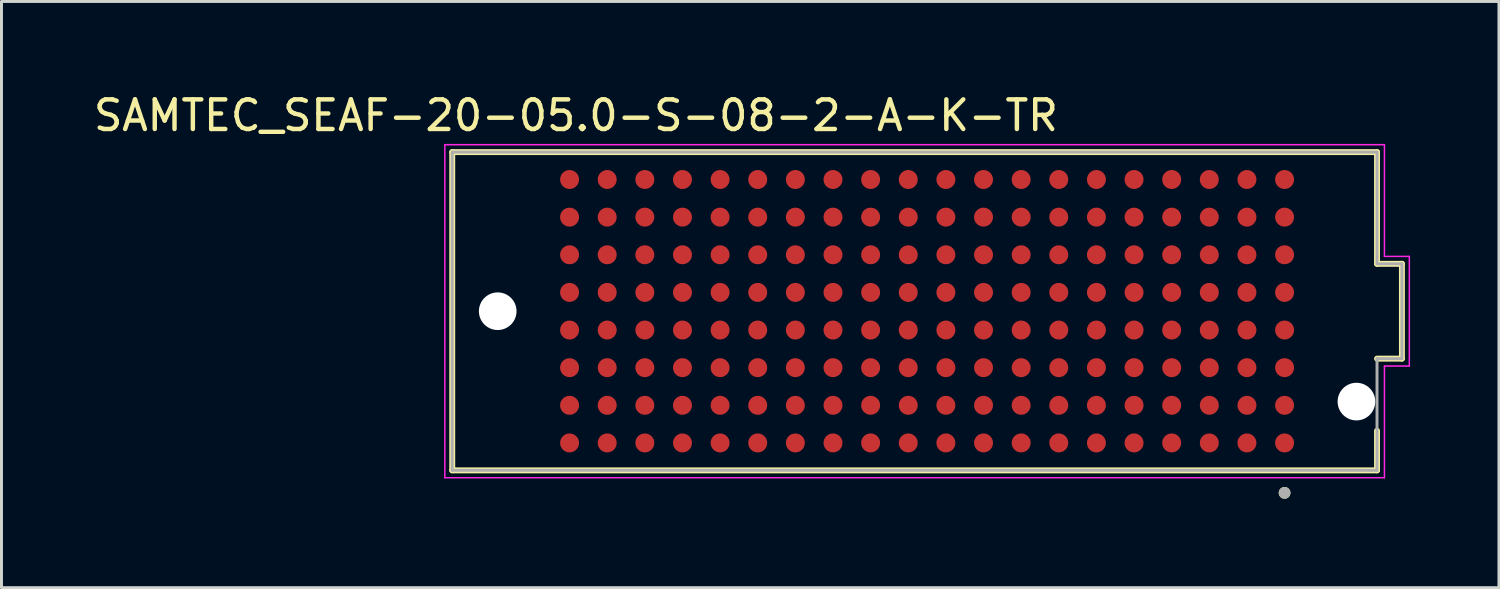
<source format=kicad_pcb>
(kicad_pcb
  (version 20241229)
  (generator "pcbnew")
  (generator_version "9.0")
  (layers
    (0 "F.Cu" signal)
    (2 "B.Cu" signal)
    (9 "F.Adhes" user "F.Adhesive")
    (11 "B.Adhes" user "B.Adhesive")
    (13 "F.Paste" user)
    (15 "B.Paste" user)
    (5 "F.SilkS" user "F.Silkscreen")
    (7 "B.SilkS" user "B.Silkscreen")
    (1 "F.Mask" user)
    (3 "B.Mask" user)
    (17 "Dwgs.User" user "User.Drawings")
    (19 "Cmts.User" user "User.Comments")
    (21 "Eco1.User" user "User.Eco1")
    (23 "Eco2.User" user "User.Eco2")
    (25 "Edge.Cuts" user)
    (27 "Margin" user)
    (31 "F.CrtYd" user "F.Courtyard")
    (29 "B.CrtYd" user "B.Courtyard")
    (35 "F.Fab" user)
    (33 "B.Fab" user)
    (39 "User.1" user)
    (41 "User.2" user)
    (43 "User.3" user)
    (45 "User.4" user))
  (footprint "SAMTEC_SEAF-20-05.0-S-08-2-A-K-TR"
    (layer "F.Cu")
    (at 28.237 7.453)
    (property "Reference" "SAMTEC_SEAF-20-05.0-S-08-2-A-K-TR" (at -11.85 -6.605 0) (layer "F.SilkS") (effects (font (size 1 1) (thickness 0.15))))
    (attr smd)
    (fp_line (start -16.025 -5.37) (end 15.185 -5.37) (stroke (width 0.2) (type solid)) (layer "F.SilkS"))
    (fp_line (start -16.025 5.37) (end -16.025 -5.37) (stroke (width 0.2) (type solid)) (layer "F.SilkS"))
    (fp_line (start 15.185 -5.37) (end 15.185 -1.6) (stroke (width 0.2) (type solid)) (layer "F.SilkS"))
    (fp_line (start 15.185 -1.6) (end 16.025 -1.6) (stroke (width 0.2) (type solid)) (layer "F.SilkS"))
    (fp_line (start 15.185 1.6) (end 16.025 1.6) (stroke (width 0.2) (type solid)) (layer "F.SilkS"))
    (fp_line (start 15.185 4.035) (end 15.185 5.37) (stroke (width 0.2) (type solid)) (layer "F.SilkS"))
    (fp_line (start 15.185 5.37) (end -16.025 5.37) (stroke (width 0.2) (type solid)) (layer "F.SilkS"))
    (fp_line (start 16.025 1.6) (end 16.025 -1.6) (stroke (width 0.2) (type solid)) (layer "F.SilkS"))
    (fp_circle (center 12.065 6.13) (end 12.165 6.13) (stroke (width 0.2) (type solid)) (fill no) (layer "F.SilkS"))
    (fp_circle (center -12.065 -4.445) (end -11.842 -4.445) (stroke (width 0.445) (type solid)) (fill no) (layer "F.Paste"))
    (fp_circle (center -12.065 -3.175) (end -11.842 -3.175) (stroke (width 0.445) (type solid)) (fill no) (layer "F.Paste"))
    (fp_circle (center -12.065 -1.905) (end -11.842 -1.905) (stroke (width 0.445) (type solid)) (fill no) (layer "F.Paste"))
    (fp_circle (center -12.065 -0.635) (end -11.842 -0.635) (stroke (width 0.445) (type solid)) (fill no) (layer "F.Paste"))
    (fp_circle (center -12.065 0.635) (end -11.842 0.635) (stroke (width 0.445) (type solid)) (fill no) (layer "F.Paste"))
    (fp_circle (center -12.065 1.905) (end -11.842 1.905) (stroke (width 0.445) (type solid)) (fill no) (layer "F.Paste"))
    (fp_circle (center -12.065 3.175) (end -11.842 3.175) (stroke (width 0.445) (type solid)) (fill no) (layer "F.Paste"))
    (fp_circle (center -12.065 4.445) (end -11.842 4.445) (stroke (width 0.445) (type solid)) (fill no) (layer "F.Paste"))
    (fp_circle (center -10.795 -4.445) (end -10.572 -4.445) (stroke (width 0.445) (type solid)) (fill no) (layer "F.Paste"))
    (fp_circle (center -10.795 -3.175) (end -10.572 -3.175) (stroke (width 0.445) (type solid)) (fill no) (layer "F.Paste"))
    (fp_circle (center -10.795 -1.905) (end -10.572 -1.905) (stroke (width 0.445) (type solid)) (fill no) (layer "F.Paste"))
    (fp_circle (center -10.795 -0.635) (end -10.572 -0.635) (stroke (width 0.445) (type solid)) (fill no) (layer "F.Paste"))
    (fp_circle (center -10.795 0.635) (end -10.572 0.635) (stroke (width 0.445) (type solid)) (fill no) (layer "F.Paste"))
    (fp_circle (center -10.795 1.905) (end -10.572 1.905) (stroke (width 0.445) (type solid)) (fill no) (layer "F.Paste"))
    (fp_circle (center -10.795 3.175) (end -10.572 3.175) (stroke (width 0.445) (type solid)) (fill no) (layer "F.Paste"))
    (fp_circle (center -10.795 4.445) (end -10.572 4.445) (stroke (width 0.445) (type solid)) (fill no) (layer "F.Paste"))
    (fp_circle (center -9.525 -4.445) (end -9.303 -4.445) (stroke (width 0.445) (type solid)) (fill no) (layer "F.Paste"))
    (fp_circle (center -9.525 -3.175) (end -9.303 -3.175) (stroke (width 0.445) (type solid)) (fill no) (layer "F.Paste"))
    (fp_circle (center -9.525 -1.905) (end -9.303 -1.905) (stroke (width 0.445) (type solid)) (fill no) (layer "F.Paste"))
    (fp_circle (center -9.525 -0.635) (end -9.303 -0.635) (stroke (width 0.445) (type solid)) (fill no) (layer "F.Paste"))
    (fp_circle (center -9.525 0.635) (end -9.303 0.635) (stroke (width 0.445) (type solid)) (fill no) (layer "F.Paste"))
    (fp_circle (center -9.525 1.905) (end -9.303 1.905) (stroke (width 0.445) (type solid)) (fill no) (layer "F.Paste"))
    (fp_circle (center -9.525 3.175) (end -9.303 3.175) (stroke (width 0.445) (type solid)) (fill no) (layer "F.Paste"))
    (fp_circle (center -9.525 4.445) (end -9.303 4.445) (stroke (width 0.445) (type solid)) (fill no) (layer "F.Paste"))
    (fp_circle (center -8.255 -4.445) (end -8.033 -4.445) (stroke (width 0.445) (type solid)) (fill no) (layer "F.Paste"))
    (fp_circle (center -8.255 -3.175) (end -8.033 -3.175) (stroke (width 0.445) (type solid)) (fill no) (layer "F.Paste"))
    (fp_circle (center -8.255 -1.905) (end -8.033 -1.905) (stroke (width 0.445) (type solid)) (fill no) (layer "F.Paste"))
    (fp_circle (center -8.255 -0.635) (end -8.033 -0.635) (stroke (width 0.445) (type solid)) (fill no) (layer "F.Paste"))
    (fp_circle (center -8.255 0.635) (end -8.033 0.635) (stroke (width 0.445) (type solid)) (fill no) (layer "F.Paste"))
    (fp_circle (center -8.255 1.905) (end -8.033 1.905) (stroke (width 0.445) (type solid)) (fill no) (layer "F.Paste"))
    (fp_circle (center -8.255 3.175) (end -8.033 3.175) (stroke (width 0.445) (type solid)) (fill no) (layer "F.Paste"))
    (fp_circle (center -8.255 4.445) (end -8.033 4.445) (stroke (width 0.445) (type solid)) (fill no) (layer "F.Paste"))
    (fp_circle (center -6.985 -4.445) (end -6.763 -4.445) (stroke (width 0.445) (type solid)) (fill no) (layer "F.Paste"))
    (fp_circle (center -6.985 -3.175) (end -6.763 -3.175) (stroke (width 0.445) (type solid)) (fill no) (layer "F.Paste"))
    (fp_circle (center -6.985 -1.905) (end -6.763 -1.905) (stroke (width 0.445) (type solid)) (fill no) (layer "F.Paste"))
    (fp_circle (center -6.985 -0.635) (end -6.763 -0.635) (stroke (width 0.445) (type solid)) (fill no) (layer "F.Paste"))
    (fp_circle (center -6.985 0.635) (end -6.763 0.635) (stroke (width 0.445) (type solid)) (fill no) (layer "F.Paste"))
    (fp_circle (center -6.985 1.905) (end -6.763 1.905) (stroke (width 0.445) (type solid)) (fill no) (layer "F.Paste"))
    (fp_circle (center -6.985 3.175) (end -6.763 3.175) (stroke (width 0.445) (type solid)) (fill no) (layer "F.Paste"))
    (fp_circle (center -6.985 4.445) (end -6.763 4.445) (stroke (width 0.445) (type solid)) (fill no) (layer "F.Paste"))
    (fp_circle (center -5.715 -4.445) (end -5.492 -4.445) (stroke (width 0.445) (type solid)) (fill no) (layer "F.Paste"))
    (fp_circle (center -5.715 -3.175) (end -5.492 -3.175) (stroke (width 0.445) (type solid)) (fill no) (layer "F.Paste"))
    (fp_circle (center -5.715 -1.905) (end -5.492 -1.905) (stroke (width 0.445) (type solid)) (fill no) (layer "F.Paste"))
    (fp_circle (center -5.715 -0.635) (end -5.492 -0.635) (stroke (width 0.445) (type solid)) (fill no) (layer "F.Paste"))
    (fp_circle (center -5.715 0.635) (end -5.492 0.635) (stroke (width 0.445) (type solid)) (fill no) (layer "F.Paste"))
    (fp_circle (center -5.715 1.905) (end -5.492 1.905) (stroke (width 0.445) (type solid)) (fill no) (layer "F.Paste"))
    (fp_circle (center -5.715 3.175) (end -5.492 3.175) (stroke (width 0.445) (type solid)) (fill no) (layer "F.Paste"))
    (fp_circle (center -5.715 4.445) (end -5.492 4.445) (stroke (width 0.445) (type solid)) (fill no) (layer "F.Paste"))
    (fp_circle (center -4.445 -4.445) (end -4.223 -4.445) (stroke (width 0.445) (type solid)) (fill no) (layer "F.Paste"))
    (fp_circle (center -4.445 -3.175) (end -4.223 -3.175) (stroke (width 0.445) (type solid)) (fill no) (layer "F.Paste"))
    (fp_circle (center -4.445 -1.905) (end -4.223 -1.905) (stroke (width 0.445) (type solid)) (fill no) (layer "F.Paste"))
    (fp_circle (center -4.445 -0.635) (end -4.223 -0.635) (stroke (width 0.445) (type solid)) (fill no) (layer "F.Paste"))
    (fp_circle (center -4.445 0.635) (end -4.223 0.635) (stroke (width 0.445) (type solid)) (fill no) (layer "F.Paste"))
    (fp_circle (center -4.445 1.905) (end -4.223 1.905) (stroke (width 0.445) (type solid)) (fill no) (layer "F.Paste"))
    (fp_circle (center -4.445 3.175) (end -4.223 3.175) (stroke (width 0.445) (type solid)) (fill no) (layer "F.Paste"))
    (fp_circle (center -4.445 4.445) (end -4.223 4.445) (stroke (width 0.445) (type solid)) (fill no) (layer "F.Paste"))
    (fp_circle (center -3.175 -4.445) (end -2.953 -4.445) (stroke (width 0.445) (type solid)) (fill no) (layer "F.Paste"))
    (fp_circle (center -3.175 -3.175) (end -2.953 -3.175) (stroke (width 0.445) (type solid)) (fill no) (layer "F.Paste"))
    (fp_circle (center -3.175 -1.905) (end -2.953 -1.905) (stroke (width 0.445) (type solid)) (fill no) (layer "F.Paste"))
    (fp_circle (center -3.175 -0.635) (end -2.953 -0.635) (stroke (width 0.445) (type solid)) (fill no) (layer "F.Paste"))
    (fp_circle (center -3.175 0.635) (end -2.953 0.635) (stroke (width 0.445) (type solid)) (fill no) (layer "F.Paste"))
    (fp_circle (center -3.175 1.905) (end -2.953 1.905) (stroke (width 0.445) (type solid)) (fill no) (layer "F.Paste"))
    (fp_circle (center -3.175 3.175) (end -2.953 3.175) (stroke (width 0.445) (type solid)) (fill no) (layer "F.Paste"))
    (fp_circle (center -3.175 4.445) (end -2.953 4.445) (stroke (width 0.445) (type solid)) (fill no) (layer "F.Paste"))
    (fp_circle (center -1.905 -4.445) (end -1.683 -4.445) (stroke (width 0.445) (type solid)) (fill no) (layer "F.Paste"))
    (fp_circle (center -1.905 -3.175) (end -1.683 -3.175) (stroke (width 0.445) (type solid)) (fill no) (layer "F.Paste"))
    (fp_circle (center -1.905 -1.905) (end -1.683 -1.905) (stroke (width 0.445) (type solid)) (fill no) (layer "F.Paste"))
    (fp_circle (center -1.905 -0.635) (end -1.683 -0.635) (stroke (width 0.445) (type solid)) (fill no) (layer "F.Paste"))
    (fp_circle (center -1.905 0.635) (end -1.683 0.635) (stroke (width 0.445) (type solid)) (fill no) (layer "F.Paste"))
    (fp_circle (center -1.905 1.905) (end -1.683 1.905) (stroke (width 0.445) (type solid)) (fill no) (layer "F.Paste"))
    (fp_circle (center -1.905 3.175) (end -1.683 3.175) (stroke (width 0.445) (type solid)) (fill no) (layer "F.Paste"))
    (fp_circle (center -1.905 4.445) (end -1.683 4.445) (stroke (width 0.445) (type solid)) (fill no) (layer "F.Paste"))
    (fp_circle (center -0.635 -4.445) (end -0.412 -4.445) (stroke (width 0.445) (type solid)) (fill no) (layer "F.Paste"))
    (fp_circle (center -0.635 -3.175) (end -0.412 -3.175) (stroke (width 0.445) (type solid)) (fill no) (layer "F.Paste"))
    (fp_circle (center -0.635 -1.905) (end -0.412 -1.905) (stroke (width 0.445) (type solid)) (fill no) (layer "F.Paste"))
    (fp_circle (center -0.635 -0.635) (end -0.412 -0.635) (stroke (width 0.445) (type solid)) (fill no) (layer "F.Paste"))
    (fp_circle (center -0.635 0.635) (end -0.412 0.635) (stroke (width 0.445) (type solid)) (fill no) (layer "F.Paste"))
    (fp_circle (center -0.635 1.905) (end -0.412 1.905) (stroke (width 0.445) (type solid)) (fill no) (layer "F.Paste"))
    (fp_circle (center -0.635 3.175) (end -0.412 3.175) (stroke (width 0.445) (type solid)) (fill no) (layer "F.Paste"))
    (fp_circle (center -0.635 4.445) (end -0.412 4.445) (stroke (width 0.445) (type solid)) (fill no) (layer "F.Paste"))
    (fp_circle (center 0.635 -4.445) (end 0.858 -4.445) (stroke (width 0.445) (type solid)) (fill no) (layer "F.Paste"))
    (fp_circle (center 0.635 -3.175) (end 0.858 -3.175) (stroke (width 0.445) (type solid)) (fill no) (layer "F.Paste"))
    (fp_circle (center 0.635 -1.905) (end 0.858 -1.905) (stroke (width 0.445) (type solid)) (fill no) (layer "F.Paste"))
    (fp_circle (center 0.635 -0.635) (end 0.858 -0.635) (stroke (width 0.445) (type solid)) (fill no) (layer "F.Paste"))
    (fp_circle (center 0.635 0.635) (end 0.858 0.635) (stroke (width 0.445) (type solid)) (fill no) (layer "F.Paste"))
    (fp_circle (center 0.635 1.905) (end 0.858 1.905) (stroke (width 0.445) (type solid)) (fill no) (layer "F.Paste"))
    (fp_circle (center 0.635 3.175) (end 0.858 3.175) (stroke (width 0.445) (type solid)) (fill no) (layer "F.Paste"))
    (fp_circle (center 0.635 4.445) (end 0.858 4.445) (stroke (width 0.445) (type solid)) (fill no) (layer "F.Paste"))
    (fp_circle (center 1.905 -4.445) (end 2.127 -4.445) (stroke (width 0.445) (type solid)) (fill no) (layer "F.Paste"))
    (fp_circle (center 1.905 -3.175) (end 2.127 -3.175) (stroke (width 0.445) (type solid)) (fill no) (layer "F.Paste"))
    (fp_circle (center 1.905 -1.905) (end 2.127 -1.905) (stroke (width 0.445) (type solid)) (fill no) (layer "F.Paste"))
    (fp_circle (center 1.905 -0.635) (end 2.127 -0.635) (stroke (width 0.445) (type solid)) (fill no) (layer "F.Paste"))
    (fp_circle (center 1.905 0.635) (end 2.127 0.635) (stroke (width 0.445) (type solid)) (fill no) (layer "F.Paste"))
    (fp_circle (center 1.905 1.905) (end 2.127 1.905) (stroke (width 0.445) (type solid)) (fill no) (layer "F.Paste"))
    (fp_circle (center 1.905 3.175) (end 2.127 3.175) (stroke (width 0.445) (type solid)) (fill no) (layer "F.Paste"))
    (fp_circle (center 1.905 4.445) (end 2.127 4.445) (stroke (width 0.445) (type solid)) (fill no) (layer "F.Paste"))
    (fp_circle (center 3.175 -4.445) (end 3.397 -4.445) (stroke (width 0.445) (type solid)) (fill no) (layer "F.Paste"))
    (fp_circle (center 3.175 -3.175) (end 3.397 -3.175) (stroke (width 0.445) (type solid)) (fill no) (layer "F.Paste"))
    (fp_circle (center 3.175 -1.905) (end 3.397 -1.905) (stroke (width 0.445) (type solid)) (fill no) (layer "F.Paste"))
    (fp_circle (center 3.175 -0.635) (end 3.397 -0.635) (stroke (width 0.445) (type solid)) (fill no) (layer "F.Paste"))
    (fp_circle (center 3.175 0.635) (end 3.397 0.635) (stroke (width 0.445) (type solid)) (fill no) (layer "F.Paste"))
    (fp_circle (center 3.175 1.905) (end 3.397 1.905) (stroke (width 0.445) (type solid)) (fill no) (layer "F.Paste"))
    (fp_circle (center 3.175 3.175) (end 3.397 3.175) (stroke (width 0.445) (type solid)) (fill no) (layer "F.Paste"))
    (fp_circle (center 3.175 4.445) (end 3.397 4.445) (stroke (width 0.445) (type solid)) (fill no) (layer "F.Paste"))
    (fp_circle (center 4.445 -4.445) (end 4.668 -4.445) (stroke (width 0.445) (type solid)) (fill no) (layer "F.Paste"))
    (fp_circle (center 4.445 -3.175) (end 4.668 -3.175) (stroke (width 0.445) (type solid)) (fill no) (layer "F.Paste"))
    (fp_circle (center 4.445 -1.905) (end 4.668 -1.905) (stroke (width 0.445) (type solid)) (fill no) (layer "F.Paste"))
    (fp_circle (center 4.445 -0.635) (end 4.668 -0.635) (stroke (width 0.445) (type solid)) (fill no) (layer "F.Paste"))
    (fp_circle (center 4.445 0.635) (end 4.668 0.635) (stroke (width 0.445) (type solid)) (fill no) (layer "F.Paste"))
    (fp_circle (center 4.445 1.905) (end 4.668 1.905) (stroke (width 0.445) (type solid)) (fill no) (layer "F.Paste"))
    (fp_circle (center 4.445 3.175) (end 4.668 3.175) (stroke (width 0.445) (type solid)) (fill no) (layer "F.Paste"))
    (fp_circle (center 4.445 4.445) (end 4.668 4.445) (stroke (width 0.445) (type solid)) (fill no) (layer "F.Paste"))
    (fp_circle (center 5.715 -4.445) (end 5.938 -4.445) (stroke (width 0.445) (type solid)) (fill no) (layer "F.Paste"))
    (fp_circle (center 5.715 -3.175) (end 5.938 -3.175) (stroke (width 0.445) (type solid)) (fill no) (layer "F.Paste"))
    (fp_circle (center 5.715 -1.905) (end 5.938 -1.905) (stroke (width 0.445) (type solid)) (fill no) (layer "F.Paste"))
    (fp_circle (center 5.715 -0.635) (end 5.938 -0.635) (stroke (width 0.445) (type solid)) (fill no) (layer "F.Paste"))
    (fp_circle (center 5.715 0.635) (end 5.938 0.635) (stroke (width 0.445) (type solid)) (fill no) (layer "F.Paste"))
    (fp_circle (center 5.715 1.905) (end 5.938 1.905) (stroke (width 0.445) (type solid)) (fill no) (layer "F.Paste"))
    (fp_circle (center 5.715 3.175) (end 5.938 3.175) (stroke (width 0.445) (type solid)) (fill no) (layer "F.Paste"))
    (fp_circle (center 5.715 4.445) (end 5.938 4.445) (stroke (width 0.445) (type solid)) (fill no) (layer "F.Paste"))
    (fp_circle (center 6.985 -4.445) (end 7.207 -4.445) (stroke (width 0.445) (type solid)) (fill no) (layer "F.Paste"))
    (fp_circle (center 6.985 -3.175) (end 7.207 -3.175) (stroke (width 0.445) (type solid)) (fill no) (layer "F.Paste"))
    (fp_circle (center 6.985 -1.905) (end 7.207 -1.905) (stroke (width 0.445) (type solid)) (fill no) (layer "F.Paste"))
    (fp_circle (center 6.985 -0.635) (end 7.207 -0.635) (stroke (width 0.445) (type solid)) (fill no) (layer "F.Paste"))
    (fp_circle (center 6.985 0.635) (end 7.207 0.635) (stroke (width 0.445) (type solid)) (fill no) (layer "F.Paste"))
    (fp_circle (center 6.985 1.905) (end 7.207 1.905) (stroke (width 0.445) (type solid)) (fill no) (layer "F.Paste"))
    (fp_circle (center 6.985 3.175) (end 7.207 3.175) (stroke (width 0.445) (type solid)) (fill no) (layer "F.Paste"))
    (fp_circle (center 6.985 4.445) (end 7.207 4.445) (stroke (width 0.445) (type solid)) (fill no) (layer "F.Paste"))
    (fp_circle (center 8.255 -4.445) (end 8.477 -4.445) (stroke (width 0.445) (type solid)) (fill no) (layer "F.Paste"))
    (fp_circle (center 8.255 -3.175) (end 8.477 -3.175) (stroke (width 0.445) (type solid)) (fill no) (layer "F.Paste"))
    (fp_circle (center 8.255 -1.905) (end 8.477 -1.905) (stroke (width 0.445) (type solid)) (fill no) (layer "F.Paste"))
    (fp_circle (center 8.255 -0.635) (end 8.477 -0.635) (stroke (width 0.445) (type solid)) (fill no) (layer "F.Paste"))
    (fp_circle (center 8.255 0.635) (end 8.477 0.635) (stroke (width 0.445) (type solid)) (fill no) (layer "F.Paste"))
    (fp_circle (center 8.255 1.905) (end 8.477 1.905) (stroke (width 0.445) (type solid)) (fill no) (layer "F.Paste"))
    (fp_circle (center 8.255 3.175) (end 8.477 3.175) (stroke (width 0.445) (type solid)) (fill no) (layer "F.Paste"))
    (fp_circle (center 8.255 4.445) (end 8.477 4.445) (stroke (width 0.445) (type solid)) (fill no) (layer "F.Paste"))
    (fp_circle (center 9.525 -4.445) (end 9.748 -4.445) (stroke (width 0.445) (type solid)) (fill no) (layer "F.Paste"))
    (fp_circle (center 9.525 -3.175) (end 9.748 -3.175) (stroke (width 0.445) (type solid)) (fill no) (layer "F.Paste"))
    (fp_circle (center 9.525 -1.905) (end 9.748 -1.905) (stroke (width 0.445) (type solid)) (fill no) (layer "F.Paste"))
    (fp_circle (center 9.525 -0.635) (end 9.748 -0.635) (stroke (width 0.445) (type solid)) (fill no) (layer "F.Paste"))
    (fp_circle (center 9.525 0.635) (end 9.748 0.635) (stroke (width 0.445) (type solid)) (fill no) (layer "F.Paste"))
    (fp_circle (center 9.525 1.905) (end 9.748 1.905) (stroke (width 0.445) (type solid)) (fill no) (layer "F.Paste"))
    (fp_circle (center 9.525 3.175) (end 9.748 3.175) (stroke (width 0.445) (type solid)) (fill no) (layer "F.Paste"))
    (fp_circle (center 9.525 4.445) (end 9.748 4.445) (stroke (width 0.445) (type solid)) (fill no) (layer "F.Paste"))
    (fp_circle (center 10.795 -4.445) (end 11.018 -4.445) (stroke (width 0.445) (type solid)) (fill no) (layer "F.Paste"))
    (fp_circle (center 10.795 -3.175) (end 11.018 -3.175) (stroke (width 0.445) (type solid)) (fill no) (layer "F.Paste"))
    (fp_circle (center 10.795 -1.905) (end 11.018 -1.905) (stroke (width 0.445) (type solid)) (fill no) (layer "F.Paste"))
    (fp_circle (center 10.795 -0.635) (end 11.018 -0.635) (stroke (width 0.445) (type solid)) (fill no) (layer "F.Paste"))
    (fp_circle (center 10.795 0.635) (end 11.018 0.635) (stroke (width 0.445) (type solid)) (fill no) (layer "F.Paste"))
    (fp_circle (center 10.795 1.905) (end 11.018 1.905) (stroke (width 0.445) (type solid)) (fill no) (layer "F.Paste"))
    (fp_circle (center 10.795 3.175) (end 11.018 3.175) (stroke (width 0.445) (type solid)) (fill no) (layer "F.Paste"))
    (fp_circle (center 10.795 4.445) (end 11.018 4.445) (stroke (width 0.445) (type solid)) (fill no) (layer "F.Paste"))
    (fp_circle (center 12.065 -4.445) (end 12.287 -4.445) (stroke (width 0.445) (type solid)) (fill no) (layer "F.Paste"))
    (fp_circle (center 12.065 -3.175) (end 12.287 -3.175) (stroke (width 0.445) (type solid)) (fill no) (layer "F.Paste"))
    (fp_circle (center 12.065 -1.905) (end 12.287 -1.905) (stroke (width 0.445) (type solid)) (fill no) (layer "F.Paste"))
    (fp_circle (center 12.065 -0.635) (end 12.287 -0.635) (stroke (width 0.445) (type solid)) (fill no) (layer "F.Paste"))
    (fp_circle (center 12.065 0.635) (end 12.287 0.635) (stroke (width 0.445) (type solid)) (fill no) (layer "F.Paste"))
    (fp_circle (center 12.065 1.905) (end 12.287 1.905) (stroke (width 0.445) (type solid)) (fill no) (layer "F.Paste"))
    (fp_circle (center 12.065 3.175) (end 12.287 3.175) (stroke (width 0.445) (type solid)) (fill no) (layer "F.Paste"))
    (fp_circle (center 12.065 4.445) (end 12.287 4.445) (stroke (width 0.445) (type solid)) (fill no) (layer "F.Paste"))
    (fp_line (start -16.275 -5.62) (end 15.435 -5.62) (stroke (width 0.05) (type solid)) (layer "F.CrtYd"))
    (fp_line (start -16.275 5.62) (end -16.275 -5.62) (stroke (width 0.05) (type solid)) (layer "F.CrtYd"))
    (fp_line (start 15.435 -5.62) (end 15.435 -1.85) (stroke (width 0.05) (type solid)) (layer "F.CrtYd"))
    (fp_line (start 15.435 -1.85) (end 16.275 -1.85) (stroke (width 0.05) (type solid)) (layer "F.CrtYd"))
    (fp_line (start 15.435 1.85) (end 15.435 5.62) (stroke (width 0.05) (type solid)) (layer "F.CrtYd"))
    (fp_line (start 15.435 1.85) (end 16.275 1.85) (stroke (width 0.05) (type solid)) (layer "F.CrtYd"))
    (fp_line (start 15.435 5.62) (end -16.275 5.62) (stroke (width 0.05) (type solid)) (layer "F.CrtYd"))
    (fp_line (start 16.275 1.85) (end 16.275 -1.85) (stroke (width 0.05) (type solid)) (layer "F.CrtYd"))
    (fp_line (start -16.025 -5.37) (end 15.185 -5.37) (stroke (width 0.1) (type solid)) (layer "F.Fab"))
    (fp_line (start -16.025 5.37) (end -16.025 -5.37) (stroke (width 0.1) (type solid)) (layer "F.Fab"))
    (fp_line (start 15.185 -5.37) (end 15.185 -1.6) (stroke (width 0.1) (type solid)) (layer "F.Fab"))
    (fp_line (start 15.185 -1.6) (end 16.025 -1.6) (stroke (width 0.1) (type solid)) (layer "F.Fab"))
    (fp_line (start 15.185 1.6) (end 15.185 5.37) (stroke (width 0.1) (type solid)) (layer "F.Fab"))
    (fp_line (start 15.185 1.6) (end 16.025 1.6) (stroke (width 0.1) (type solid)) (layer "F.Fab"))
    (fp_line (start 15.185 5.37) (end -16.025 5.37) (stroke (width 0.1) (type solid)) (layer "F.Fab"))
    (fp_line (start 16.025 1.6) (end 16.025 -1.6) (stroke (width 0.1) (type solid)) (layer "F.Fab"))
    (fp_circle (center 12.065 6.13) (end 12.165 6.13) (stroke (width 0.2) (type solid)) (fill no) (layer "F.Fab"))
    (pad "" np_thru_hole circle (at -14.49 0) (size 1.27 1.27) (drill 1.27) (layers "*.Cu" "*.Mask"))
    (pad "" np_thru_hole circle (at 14.49 3.05) (size 1.27 1.27) (drill 1.27) (layers "*.Cu" "*.Mask"))
    (pad "A1" smd circle (at 12.065 4.445) (size 0.64 0.64) (layers "F.Cu" "F.Mask"))
    (pad "A2" smd circle (at 10.795 4.445) (size 0.64 0.64) (layers "F.Cu" "F.Mask"))
    (pad "A3" smd circle (at 9.525 4.445) (size 0.64 0.64) (layers "F.Cu" "F.Mask"))
    (pad "A4" smd circle (at 8.255 4.445) (size 0.64 0.64) (layers "F.Cu" "F.Mask"))
    (pad "A5" smd circle (at 6.985 4.445) (size 0.64 0.64) (layers "F.Cu" "F.Mask"))
    (pad "A6" smd circle (at 5.715 4.445) (size 0.64 0.64) (layers "F.Cu" "F.Mask"))
    (pad "A7" smd circle (at 4.445 4.445) (size 0.64 0.64) (layers "F.Cu" "F.Mask"))
    (pad "A8" smd circle (at 3.175 4.445) (size 0.64 0.64) (layers "F.Cu" "F.Mask"))
    (pad "A9" smd circle (at 1.905 4.445) (size 0.64 0.64) (layers "F.Cu" "F.Mask"))
    (pad "A10" smd circle (at 0.635 4.445) (size 0.64 0.64) (layers "F.Cu" "F.Mask"))
    (pad "A11" smd circle (at -0.635 4.445) (size 0.64 0.64) (layers "F.Cu" "F.Mask"))
    (pad "A12" smd circle (at -1.905 4.445) (size 0.64 0.64) (layers "F.Cu" "F.Mask"))
    (pad "A13" smd circle (at -3.175 4.445) (size 0.64 0.64) (layers "F.Cu" "F.Mask"))
    (pad "A14" smd circle (at -4.445 4.445) (size 0.64 0.64) (layers "F.Cu" "F.Mask"))
    (pad "A15" smd circle (at -5.715 4.445) (size 0.64 0.64) (layers "F.Cu" "F.Mask"))
    (pad "A16" smd circle (at -6.985 4.445) (size 0.64 0.64) (layers "F.Cu" "F.Mask"))
    (pad "A17" smd circle (at -8.255 4.445) (size 0.64 0.64) (layers "F.Cu" "F.Mask"))
    (pad "A18" smd circle (at -9.525 4.445) (size 0.64 0.64) (layers "F.Cu" "F.Mask"))
    (pad "A19" smd circle (at -10.795 4.445) (size 0.64 0.64) (layers "F.Cu" "F.Mask"))
    (pad "A20" smd circle (at -12.065 4.445) (size 0.64 0.64) (layers "F.Cu" "F.Mask"))
    (pad "B1" smd circle (at 12.065 3.175) (size 0.64 0.64) (layers "F.Cu" "F.Mask"))
    (pad "B2" smd circle (at 10.795 3.175) (size 0.64 0.64) (layers "F.Cu" "F.Mask"))
    (pad "B3" smd circle (at 9.525 3.175) (size 0.64 0.64) (layers "F.Cu" "F.Mask"))
    (pad "B4" smd circle (at 8.255 3.175) (size 0.64 0.64) (layers "F.Cu" "F.Mask"))
    (pad "B5" smd circle (at 6.985 3.175) (size 0.64 0.64) (layers "F.Cu" "F.Mask"))
    (pad "B6" smd circle (at 5.715 3.175) (size 0.64 0.64) (layers "F.Cu" "F.Mask"))
    (pad "B7" smd circle (at 4.445 3.175) (size 0.64 0.64) (layers "F.Cu" "F.Mask"))
    (pad "B8" smd circle (at 3.175 3.175) (size 0.64 0.64) (layers "F.Cu" "F.Mask"))
    (pad "B9" smd circle (at 1.905 3.175) (size 0.64 0.64) (layers "F.Cu" "F.Mask"))
    (pad "B10" smd circle (at 0.635 3.175) (size 0.64 0.64) (layers "F.Cu" "F.Mask"))
    (pad "B11" smd circle (at -0.635 3.175) (size 0.64 0.64) (layers "F.Cu" "F.Mask"))
    (pad "B12" smd circle (at -1.905 3.175) (size 0.64 0.64) (layers "F.Cu" "F.Mask"))
    (pad "B13" smd circle (at -3.175 3.175) (size 0.64 0.64) (layers "F.Cu" "F.Mask"))
    (pad "B14" smd circle (at -4.445 3.175) (size 0.64 0.64) (layers "F.Cu" "F.Mask"))
    (pad "B15" smd circle (at -5.715 3.175) (size 0.64 0.64) (layers "F.Cu" "F.Mask"))
    (pad "B16" smd circle (at -6.985 3.175) (size 0.64 0.64) (layers "F.Cu" "F.Mask"))
    (pad "B17" smd circle (at -8.255 3.175) (size 0.64 0.64) (layers "F.Cu" "F.Mask"))
    (pad "B18" smd circle (at -9.525 3.175) (size 0.64 0.64) (layers "F.Cu" "F.Mask"))
    (pad "B19" smd circle (at -10.795 3.175) (size 0.64 0.64) (layers "F.Cu" "F.Mask"))
    (pad "B20" smd circle (at -12.065 3.175) (size 0.64 0.64) (layers "F.Cu" "F.Mask"))
    (pad "C1" smd circle (at 12.065 1.905) (size 0.64 0.64) (layers "F.Cu" "F.Mask"))
    (pad "C2" smd circle (at 10.795 1.905) (size 0.64 0.64) (layers "F.Cu" "F.Mask"))
    (pad "C3" smd circle (at 9.525 1.905) (size 0.64 0.64) (layers "F.Cu" "F.Mask"))
    (pad "C4" smd circle (at 8.255 1.905) (size 0.64 0.64) (layers "F.Cu" "F.Mask"))
    (pad "C5" smd circle (at 6.985 1.905) (size 0.64 0.64) (layers "F.Cu" "F.Mask"))
    (pad "C6" smd circle (at 5.715 1.905) (size 0.64 0.64) (layers "F.Cu" "F.Mask"))
    (pad "C7" smd circle (at 4.445 1.905) (size 0.64 0.64) (layers "F.Cu" "F.Mask"))
    (pad "C8" smd circle (at 3.175 1.905) (size 0.64 0.64) (layers "F.Cu" "F.Mask"))
    (pad "C9" smd circle (at 1.905 1.905) (size 0.64 0.64) (layers "F.Cu" "F.Mask"))
    (pad "C10" smd circle (at 0.635 1.905) (size 0.64 0.64) (layers "F.Cu" "F.Mask"))
    (pad "C11" smd circle (at -0.635 1.905) (size 0.64 0.64) (layers "F.Cu" "F.Mask"))
    (pad "C12" smd circle (at -1.905 1.905) (size 0.64 0.64) (layers "F.Cu" "F.Mask"))
    (pad "C13" smd circle (at -3.175 1.905) (size 0.64 0.64) (layers "F.Cu" "F.Mask"))
    (pad "C14" smd circle (at -4.445 1.905) (size 0.64 0.64) (layers "F.Cu" "F.Mask"))
    (pad "C15" smd circle (at -5.715 1.905) (size 0.64 0.64) (layers "F.Cu" "F.Mask"))
    (pad "C16" smd circle (at -6.985 1.905) (size 0.64 0.64) (layers "F.Cu" "F.Mask"))
    (pad "C17" smd circle (at -8.255 1.905) (size 0.64 0.64) (layers "F.Cu" "F.Mask"))
    (pad "C18" smd circle (at -9.525 1.905) (size 0.64 0.64) (layers "F.Cu" "F.Mask"))
    (pad "C19" smd circle (at -10.795 1.905) (size 0.64 0.64) (layers "F.Cu" "F.Mask"))
    (pad "C20" smd circle (at -12.065 1.905) (size 0.64 0.64) (layers "F.Cu" "F.Mask"))
    (pad "D1" smd circle (at 12.065 0.635) (size 0.64 0.64) (layers "F.Cu" "F.Mask"))
    (pad "D2" smd circle (at 10.795 0.635) (size 0.64 0.64) (layers "F.Cu" "F.Mask"))
    (pad "D3" smd circle (at 9.525 0.635) (size 0.64 0.64) (layers "F.Cu" "F.Mask"))
    (pad "D4" smd circle (at 8.255 0.635) (size 0.64 0.64) (layers "F.Cu" "F.Mask"))
    (pad "D5" smd circle (at 6.985 0.635) (size 0.64 0.64) (layers "F.Cu" "F.Mask"))
    (pad "D6" smd circle (at 5.715 0.635) (size 0.64 0.64) (layers "F.Cu" "F.Mask"))
    (pad "D7" smd circle (at 4.445 0.635) (size 0.64 0.64) (layers "F.Cu" "F.Mask"))
    (pad "D8" smd circle (at 3.175 0.635) (size 0.64 0.64) (layers "F.Cu" "F.Mask"))
    (pad "D9" smd circle (at 1.905 0.635) (size 0.64 0.64) (layers "F.Cu" "F.Mask"))
    (pad "D10" smd circle (at 0.635 0.635) (size 0.64 0.64) (layers "F.Cu" "F.Mask"))
    (pad "D11" smd circle (at -0.635 0.635) (size 0.64 0.64) (layers "F.Cu" "F.Mask"))
    (pad "D12" smd circle (at -1.905 0.635) (size 0.64 0.64) (layers "F.Cu" "F.Mask"))
    (pad "D13" smd circle (at -3.175 0.635) (size 0.64 0.64) (layers "F.Cu" "F.Mask"))
    (pad "D14" smd circle (at -4.445 0.635) (size 0.64 0.64) (layers "F.Cu" "F.Mask"))
    (pad "D15" smd circle (at -5.715 0.635) (size 0.64 0.64) (layers "F.Cu" "F.Mask"))
    (pad "D16" smd circle (at -6.985 0.635) (size 0.64 0.64) (layers "F.Cu" "F.Mask"))
    (pad "D17" smd circle (at -8.255 0.635) (size 0.64 0.64) (layers "F.Cu" "F.Mask"))
    (pad "D18" smd circle (at -9.525 0.635) (size 0.64 0.64) (layers "F.Cu" "F.Mask"))
    (pad "D19" smd circle (at -10.795 0.635) (size 0.64 0.64) (layers "F.Cu" "F.Mask"))
    (pad "D20" smd circle (at -12.065 0.635) (size 0.64 0.64) (layers "F.Cu" "F.Mask"))
    (pad "E1" smd circle (at 12.065 -0.635) (size 0.64 0.64) (layers "F.Cu" "F.Mask"))
    (pad "E2" smd circle (at 10.795 -0.635) (size 0.64 0.64) (layers "F.Cu" "F.Mask"))
    (pad "E3" smd circle (at 9.525 -0.635) (size 0.64 0.64) (layers "F.Cu" "F.Mask"))
    (pad "E4" smd circle (at 8.255 -0.635) (size 0.64 0.64) (layers "F.Cu" "F.Mask"))
    (pad "E5" smd circle (at 6.985 -0.635) (size 0.64 0.64) (layers "F.Cu" "F.Mask"))
    (pad "E6" smd circle (at 5.715 -0.635) (size 0.64 0.64) (layers "F.Cu" "F.Mask"))
    (pad "E7" smd circle (at 4.445 -0.635) (size 0.64 0.64) (layers "F.Cu" "F.Mask"))
    (pad "E8" smd circle (at 3.175 -0.635) (size 0.64 0.64) (layers "F.Cu" "F.Mask"))
    (pad "E9" smd circle (at 1.905 -0.635) (size 0.64 0.64) (layers "F.Cu" "F.Mask"))
    (pad "E10" smd circle (at 0.635 -0.635) (size 0.64 0.64) (layers "F.Cu" "F.Mask"))
    (pad "E11" smd circle (at -0.635 -0.635) (size 0.64 0.64) (layers "F.Cu" "F.Mask"))
    (pad "E12" smd circle (at -1.905 -0.635) (size 0.64 0.64) (layers "F.Cu" "F.Mask"))
    (pad "E13" smd circle (at -3.175 -0.635) (size 0.64 0.64) (layers "F.Cu" "F.Mask"))
    (pad "E14" smd circle (at -4.445 -0.635) (size 0.64 0.64) (layers "F.Cu" "F.Mask"))
    (pad "E15" smd circle (at -5.715 -0.635) (size 0.64 0.64) (layers "F.Cu" "F.Mask"))
    (pad "E16" smd circle (at -6.985 -0.635) (size 0.64 0.64) (layers "F.Cu" "F.Mask"))
    (pad "E17" smd circle (at -8.255 -0.635) (size 0.64 0.64) (layers "F.Cu" "F.Mask"))
    (pad "E18" smd circle (at -9.525 -0.635) (size 0.64 0.64) (layers "F.Cu" "F.Mask"))
    (pad "E19" smd circle (at -10.795 -0.635) (size 0.64 0.64) (layers "F.Cu" "F.Mask"))
    (pad "E20" smd circle (at -12.065 -0.635) (size 0.64 0.64) (layers "F.Cu" "F.Mask"))
    (pad "F1" smd circle (at 12.065 -1.905) (size 0.64 0.64) (layers "F.Cu" "F.Mask"))
    (pad "F2" smd circle (at 10.795 -1.905) (size 0.64 0.64) (layers "F.Cu" "F.Mask"))
    (pad "F3" smd circle (at 9.525 -1.905) (size 0.64 0.64) (layers "F.Cu" "F.Mask"))
    (pad "F4" smd circle (at 8.255 -1.905) (size 0.64 0.64) (layers "F.Cu" "F.Mask"))
    (pad "F5" smd circle (at 6.985 -1.905) (size 0.64 0.64) (layers "F.Cu" "F.Mask"))
    (pad "F6" smd circle (at 5.715 -1.905) (size 0.64 0.64) (layers "F.Cu" "F.Mask"))
    (pad "F7" smd circle (at 4.445 -1.905) (size 0.64 0.64) (layers "F.Cu" "F.Mask"))
    (pad "F8" smd circle (at 3.175 -1.905) (size 0.64 0.64) (layers "F.Cu" "F.Mask"))
    (pad "F9" smd circle (at 1.905 -1.905) (size 0.64 0.64) (layers "F.Cu" "F.Mask"))
    (pad "F10" smd circle (at 0.635 -1.905) (size 0.64 0.64) (layers "F.Cu" "F.Mask"))
    (pad "F11" smd circle (at -0.635 -1.905) (size 0.64 0.64) (layers "F.Cu" "F.Mask"))
    (pad "F12" smd circle (at -1.905 -1.905) (size 0.64 0.64) (layers "F.Cu" "F.Mask"))
    (pad "F13" smd circle (at -3.175 -1.905) (size 0.64 0.64) (layers "F.Cu" "F.Mask"))
    (pad "F14" smd circle (at -4.445 -1.905) (size 0.64 0.64) (layers "F.Cu" "F.Mask"))
    (pad "F15" smd circle (at -5.715 -1.905) (size 0.64 0.64) (layers "F.Cu" "F.Mask"))
    (pad "F16" smd circle (at -6.985 -1.905) (size 0.64 0.64) (layers "F.Cu" "F.Mask"))
    (pad "F17" smd circle (at -8.255 -1.905) (size 0.64 0.64) (layers "F.Cu" "F.Mask"))
    (pad "F18" smd circle (at -9.525 -1.905) (size 0.64 0.64) (layers "F.Cu" "F.Mask"))
    (pad "F19" smd circle (at -10.795 -1.905) (size 0.64 0.64) (layers "F.Cu" "F.Mask"))
    (pad "F20" smd circle (at -12.065 -1.905) (size 0.64 0.64) (layers "F.Cu" "F.Mask"))
    (pad "G1" smd circle (at 12.065 -3.175) (size 0.64 0.64) (layers "F.Cu" "F.Mask"))
    (pad "G2" smd circle (at 10.795 -3.175) (size 0.64 0.64) (layers "F.Cu" "F.Mask"))
    (pad "G3" smd circle (at 9.525 -3.175) (size 0.64 0.64) (layers "F.Cu" "F.Mask"))
    (pad "G4" smd circle (at 8.255 -3.175) (size 0.64 0.64) (layers "F.Cu" "F.Mask"))
    (pad "G5" smd circle (at 6.985 -3.175) (size 0.64 0.64) (layers "F.Cu" "F.Mask"))
    (pad "G6" smd circle (at 5.715 -3.175) (size 0.64 0.64) (layers "F.Cu" "F.Mask"))
    (pad "G7" smd circle (at 4.445 -3.175) (size 0.64 0.64) (layers "F.Cu" "F.Mask"))
    (pad "G8" smd circle (at 3.175 -3.175) (size 0.64 0.64) (layers "F.Cu" "F.Mask"))
    (pad "G9" smd circle (at 1.905 -3.175) (size 0.64 0.64) (layers "F.Cu" "F.Mask"))
    (pad "G10" smd circle (at 0.635 -3.175) (size 0.64 0.64) (layers "F.Cu" "F.Mask"))
    (pad "G11" smd circle (at -0.635 -3.175) (size 0.64 0.64) (layers "F.Cu" "F.Mask"))
    (pad "G12" smd circle (at -1.905 -3.175) (size 0.64 0.64) (layers "F.Cu" "F.Mask"))
    (pad "G13" smd circle (at -3.175 -3.175) (size 0.64 0.64) (layers "F.Cu" "F.Mask"))
    (pad "G14" smd circle (at -4.445 -3.175) (size 0.64 0.64) (layers "F.Cu" "F.Mask"))
    (pad "G15" smd circle (at -5.715 -3.175) (size 0.64 0.64) (layers "F.Cu" "F.Mask"))
    (pad "G16" smd circle (at -6.985 -3.175) (size 0.64 0.64) (layers "F.Cu" "F.Mask"))
    (pad "G17" smd circle (at -8.255 -3.175) (size 0.64 0.64) (layers "F.Cu" "F.Mask"))
    (pad "G18" smd circle (at -9.525 -3.175) (size 0.64 0.64) (layers "F.Cu" "F.Mask"))
    (pad "G19" smd circle (at -10.795 -3.175) (size 0.64 0.64) (layers "F.Cu" "F.Mask"))
    (pad "G20" smd circle (at -12.065 -3.175) (size 0.64 0.64) (layers "F.Cu" "F.Mask"))
    (pad "H1" smd circle (at 12.065 -4.445) (size 0.64 0.64) (layers "F.Cu" "F.Mask"))
    (pad "H2" smd circle (at 10.795 -4.445) (size 0.64 0.64) (layers "F.Cu" "F.Mask"))
    (pad "H3" smd circle (at 9.525 -4.445) (size 0.64 0.64) (layers "F.Cu" "F.Mask"))
    (pad "H4" smd circle (at 8.255 -4.445) (size 0.64 0.64) (layers "F.Cu" "F.Mask"))
    (pad "H5" smd circle (at 6.985 -4.445) (size 0.64 0.64) (layers "F.Cu" "F.Mask"))
    (pad "H6" smd circle (at 5.715 -4.445) (size 0.64 0.64) (layers "F.Cu" "F.Mask"))
    (pad "H7" smd circle (at 4.445 -4.445) (size 0.64 0.64) (layers "F.Cu" "F.Mask"))
    (pad "H8" smd circle (at 3.175 -4.445) (size 0.64 0.64) (layers "F.Cu" "F.Mask"))
    (pad "H9" smd circle (at 1.905 -4.445) (size 0.64 0.64) (layers "F.Cu" "F.Mask"))
    (pad "H10" smd circle (at 0.635 -4.445) (size 0.64 0.64) (layers "F.Cu" "F.Mask"))
    (pad "H11" smd circle (at -0.635 -4.445) (size 0.64 0.64) (layers "F.Cu" "F.Mask"))
    (pad "H12" smd circle (at -1.905 -4.445) (size 0.64 0.64) (layers "F.Cu" "F.Mask"))
    (pad "H13" smd circle (at -3.175 -4.445) (size 0.64 0.64) (layers "F.Cu" "F.Mask"))
    (pad "H14" smd circle (at -4.445 -4.445) (size 0.64 0.64) (layers "F.Cu" "F.Mask"))
    (pad "H15" smd circle (at -5.715 -4.445) (size 0.64 0.64) (layers "F.Cu" "F.Mask"))
    (pad "H16" smd circle (at -6.985 -4.445) (size 0.64 0.64) (layers "F.Cu" "F.Mask"))
    (pad "H17" smd circle (at -8.255 -4.445) (size 0.64 0.64) (layers "F.Cu" "F.Mask"))
    (pad "H18" smd circle (at -9.525 -4.445) (size 0.64 0.64) (layers "F.Cu" "F.Mask"))
    (pad "H19" smd circle (at -10.795 -4.445) (size 0.64 0.64) (layers "F.Cu" "F.Mask"))
    (pad "H20" smd circle (at -12.065 -4.445) (size 0.64 0.64) (layers "F.Cu" "F.Mask")))
  (gr_rect
    (start -3 -3)
    (end 47.537 16.783)
    (stroke (width 0.1) (type default))
    (fill no)
    (layer "Edge.Cuts")))
</source>
